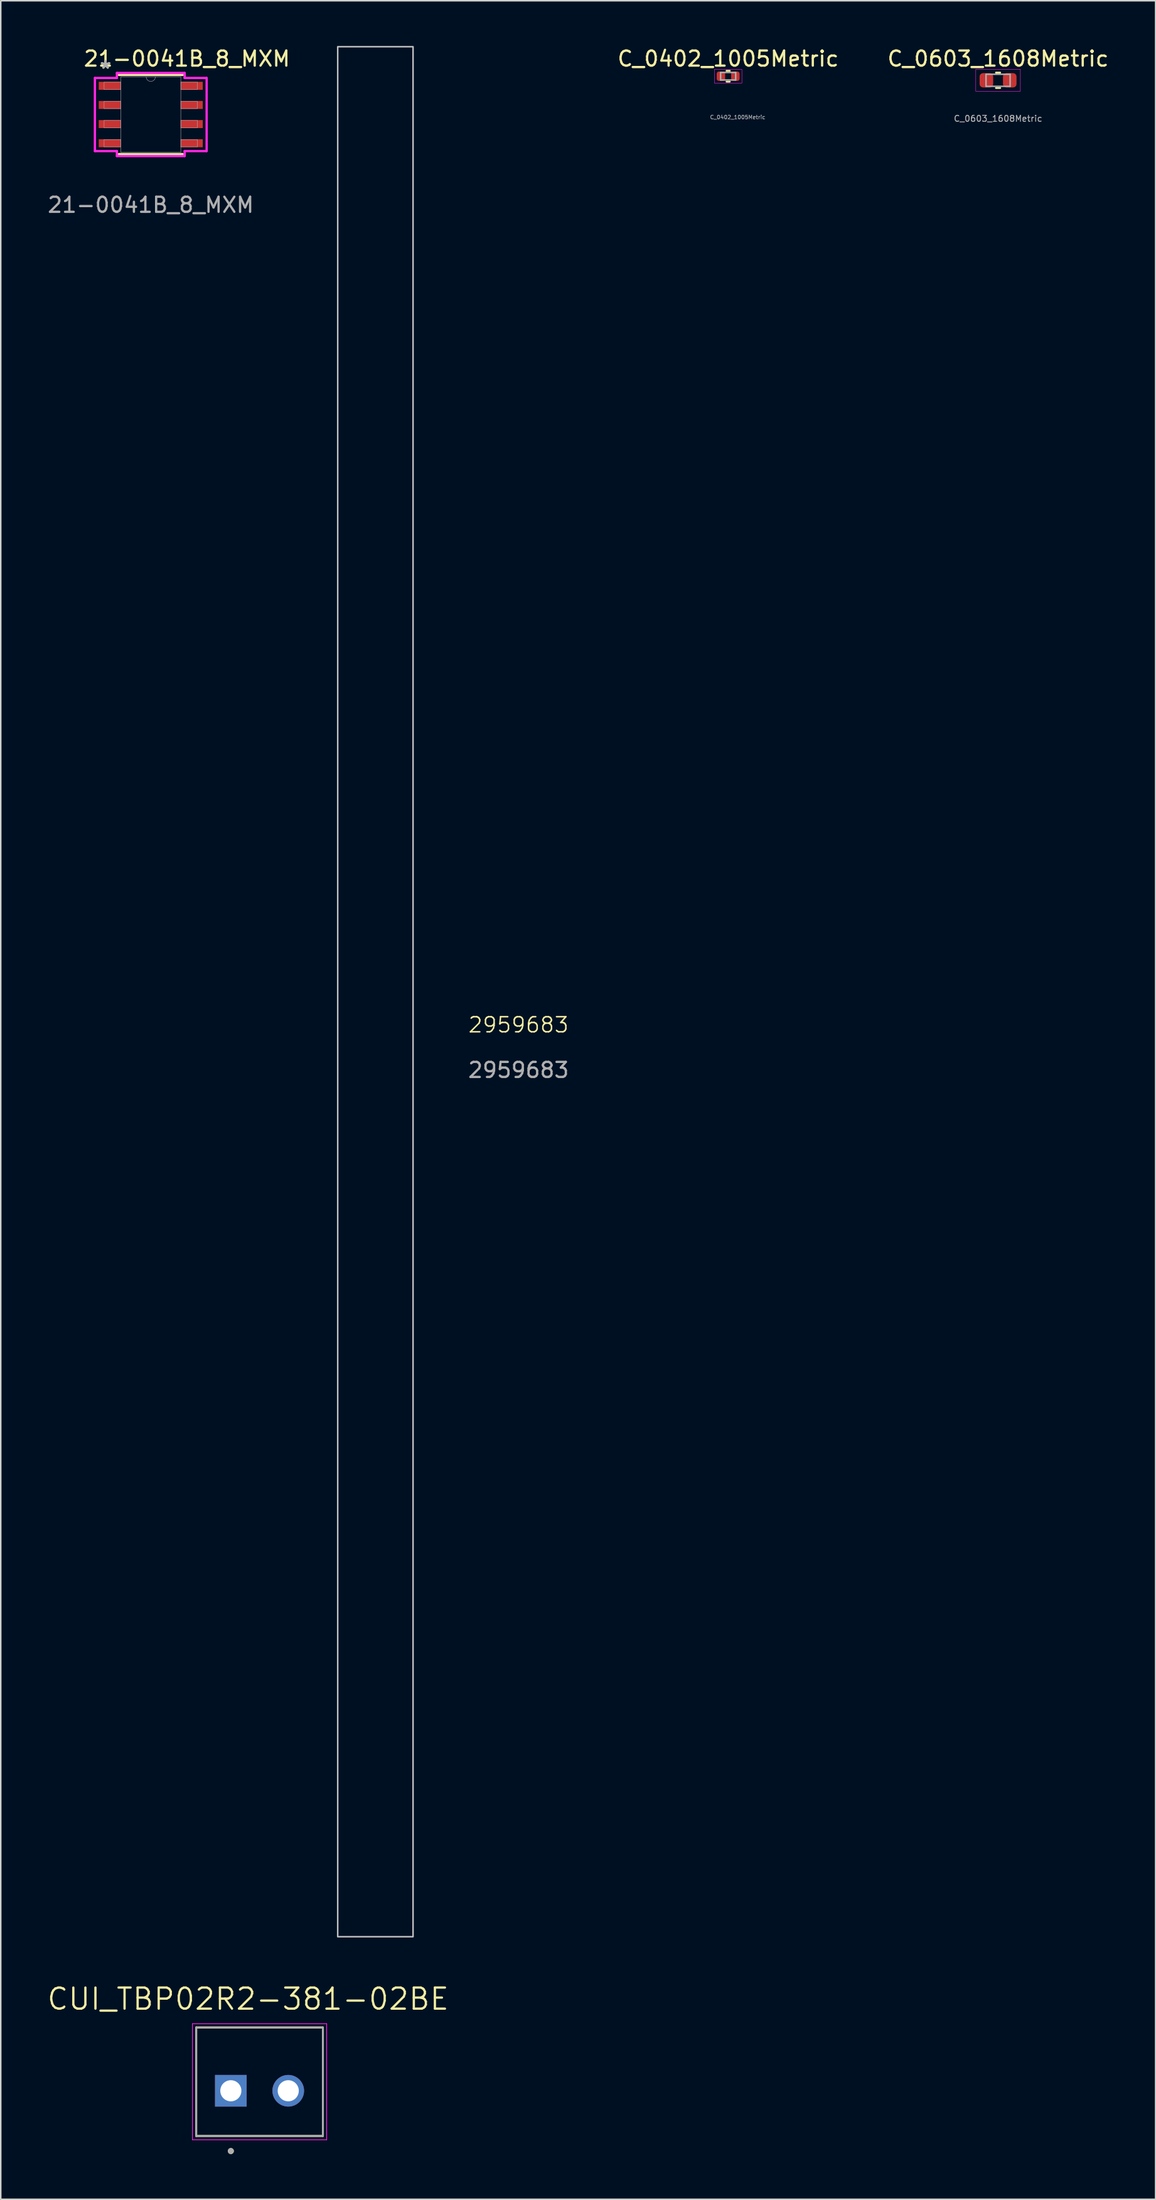
<source format=kicad_pcb>
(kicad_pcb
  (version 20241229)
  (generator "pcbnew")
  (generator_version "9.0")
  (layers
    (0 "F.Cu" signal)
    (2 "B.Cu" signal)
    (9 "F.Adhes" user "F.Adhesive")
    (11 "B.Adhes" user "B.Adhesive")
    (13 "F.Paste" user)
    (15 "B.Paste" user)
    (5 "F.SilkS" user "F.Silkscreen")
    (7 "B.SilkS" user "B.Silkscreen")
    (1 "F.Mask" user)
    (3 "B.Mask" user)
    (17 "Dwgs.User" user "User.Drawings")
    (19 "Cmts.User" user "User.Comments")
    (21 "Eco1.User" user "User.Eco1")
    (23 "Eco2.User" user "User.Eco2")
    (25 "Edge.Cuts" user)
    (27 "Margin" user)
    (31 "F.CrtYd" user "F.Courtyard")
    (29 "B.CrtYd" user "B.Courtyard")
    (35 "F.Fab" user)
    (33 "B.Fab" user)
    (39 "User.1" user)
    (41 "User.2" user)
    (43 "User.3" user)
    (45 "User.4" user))
  (footprint "2959683"
    (layer "F.Cu")
    (at 21.367 62.75)
    (property "Reference" "2959683" (at 10 2.2 0) (unlocked yes) (layer "F.SilkS") (effects (font (size 1 1) (thickness 0.1))))
    (fp_rect (start -2 -62.7) (end 3 62.7) (stroke (width 0.1) (type default)) (fill no) (layer "Dwgs.User"))
    (fp_text user "${REFERENCE}" (at 10 5.2 0) (unlocked yes) (layer "F.Fab") (effects (font (size 1 1) (thickness 0.15)))))
  (footprint "C_0402_1005Metric"
    (layer "F.Cu")
    (at 45.283 2.008)
    (property "Reference" "C_0402_1005Metric" (at 0 -1.16 0) (layer "F.SilkS") (effects (font (size 1 1) (thickness 0.15))))
    (attr smd)
    (fp_line (start -0.108 -0.36) (end 0.108 -0.36) (stroke (width 0.12) (type solid)) (layer "F.SilkS"))
    (fp_line (start -0.108 0.36) (end 0.108 0.36) (stroke (width 0.12) (type solid)) (layer "F.SilkS"))
    (fp_rect (start -0.914 -0.457) (end 0.914 0.457) (stroke (width 0.025) (type solid)) (fill no) (layer "F.CrtYd"))
    (fp_line (start -0.5 -0.25) (end 0.5 -0.25) (stroke (width 0.1) (type solid)) (layer "F.Fab"))
    (fp_line (start -0.5 0.25) (end -0.5 -0.25) (stroke (width 0.1) (type solid)) (layer "F.Fab"))
    (fp_line (start 0.5 -0.25) (end 0.5 0.25) (stroke (width 0.1) (type solid)) (layer "F.Fab"))
    (fp_line (start 0.5 0.25) (end -0.5 0.25) (stroke (width 0.1) (type solid)) (layer "F.Fab"))
    (fp_text user "${REFERENCE}" (at 0.635 2.718 0) (layer "F.Fab") (effects (font (size 0.25 0.25) (thickness 0.04))))
    (pad "1" smd roundrect (at -0.48 0) (size 0.56 0.62) (layers "F.Cu" "F.Mask" "F.Paste") (roundrect_rratio 0.25))
    (pad "2" smd roundrect (at 0.48 0) (size 0.56 0.62) (layers "F.Cu" "F.Mask" "F.Paste") (roundrect_rratio 0.25)))
  (footprint "CUI_TBP02R2-381-02BE"
    (layer "F.Cu")
    (at 12.273 135.671)
    (property "Reference" "CUI_TBP02R2-381-02BE" (at 1.145 -6.089 0) (layer "F.SilkS") (effects (font (size 1.4 1.4) (thickness 0.15))))
    (attr through_hole)
    (fp_line (start -2.3 -4.2) (end 6.11 -4.2) (stroke (width 0.127) (type solid)) (layer "F.SilkS"))
    (fp_line (start -2.3 3) (end -2.3 -4.2) (stroke (width 0.127) (type solid)) (layer "F.SilkS"))
    (fp_line (start 6.11 -4.2) (end 6.11 3) (stroke (width 0.127) (type solid)) (layer "F.SilkS"))
    (fp_line (start 6.11 3) (end -2.3 3) (stroke (width 0.127) (type solid)) (layer "F.SilkS"))
    (fp_circle (center 0 4) (end 0.1 4) (stroke (width 0.2) (type solid)) (fill no) (layer "F.SilkS"))
    (fp_line (start -2.55 -4.45) (end 6.36 -4.45) (stroke (width 0.05) (type solid)) (layer "F.CrtYd"))
    (fp_line (start -2.55 3.25) (end -2.55 -4.45) (stroke (width 0.05) (type solid)) (layer "F.CrtYd"))
    (fp_line (start 6.36 -4.45) (end 6.36 3.25) (stroke (width 0.05) (type solid)) (layer "F.CrtYd"))
    (fp_line (start 6.36 3.25) (end -2.55 3.25) (stroke (width 0.05) (type solid)) (layer "F.CrtYd"))
    (fp_line (start -2.3 -4.2) (end 6.11 -4.2) (stroke (width 0.127) (type solid)) (layer "F.Fab"))
    (fp_line (start -2.3 3) (end -2.3 -4.2) (stroke (width 0.127) (type solid)) (layer "F.Fab"))
    (fp_line (start 6.11 -4.2) (end 6.11 3) (stroke (width 0.127) (type solid)) (layer "F.Fab"))
    (fp_line (start 6.11 3) (end -2.3 3) (stroke (width 0.127) (type solid)) (layer "F.Fab"))
    (fp_circle (center 0 4) (end 0.1 4) (stroke (width 0.2) (type solid)) (fill no) (layer "F.Fab"))
    (pad "1" thru_hole rect (at 0 0) (size 2.1 2.1) (drill 1.4) (layers "*.Cu" "*.Mask"))
    (pad "2" thru_hole circle (at 3.81 0) (size 2.1 2.1) (drill 1.4) (layers "*.Cu" "*.Mask")))
  (footprint "C_0603_1608Metric"
    (layer "F.Cu")
    (at 63.2 2.278)
    (property "Reference" "C_0603_1608Metric" (at 0 -1.43 0) (layer "F.SilkS") (effects (font (size 1 1) (thickness 0.15))))
    (attr smd)
    (fp_line (start -0.141 -0.51) (end 0.141 -0.51) (stroke (width 0.12) (type solid)) (layer "F.SilkS"))
    (fp_line (start -0.141 0.51) (end 0.141 0.51) (stroke (width 0.12) (type solid)) (layer "F.SilkS"))
    (fp_poly (pts (xy 1.48 -0.73) (xy 1.48 0.73) (xy -1.48 0.73) (xy -1.48 -0.73)) (stroke (width 0.025) (type solid)) (fill no) (layer "F.CrtYd"))
    (fp_line (start -0.8 -0.4) (end 0.8 -0.4) (stroke (width 0.1) (type solid)) (layer "F.Fab"))
    (fp_line (start -0.8 0.4) (end -0.8 -0.4) (stroke (width 0.1) (type solid)) (layer "F.Fab"))
    (fp_line (start 0.8 -0.4) (end 0.8 0.4) (stroke (width 0.1) (type solid)) (layer "F.Fab"))
    (fp_line (start 0.8 0.4) (end -0.8 0.4) (stroke (width 0.1) (type solid)) (layer "F.Fab"))
    (fp_text user "${REFERENCE}" (at 0 2.54 0) (layer "F.Fab") (effects (font (size 0.4 0.4) (thickness 0.06))))
    (pad "1" smd roundrect (at -0.775 0) (size 0.9 0.95) (layers "F.Cu" "F.Mask" "F.Paste") (roundrect_rratio 0.25))
    (pad "2" smd roundrect (at 0.775 0) (size 0.9 0.95) (layers "F.Cu" "F.Mask" "F.Paste") (roundrect_rratio 0.25)))
  (footprint "21-0041B_8_MXM"
    (layer "F.Cu")
    (at 6.958 4.548)
    (property "Reference" "21-0041B_8_MXM" (at 2.4 -3.7 0) (unlocked yes) (layer "F.SilkS") (effects (font (size 1 1) (thickness 0.15))))
    (attr smd)
    (fp_line (start -2.121 2.629) (end 2.121 2.629) (stroke (width 0.152) (type solid)) (layer "F.SilkS"))
    (fp_line (start 2.121 -2.629) (end -2.121 -2.629) (stroke (width 0.152) (type solid)) (layer "F.SilkS"))
    (fp_line (start -3.708 -2.426) (end -2.248 -2.426) (stroke (width 0.152) (type solid)) (layer "F.CrtYd"))
    (fp_line (start -3.708 2.426) (end -3.708 -2.426) (stroke (width 0.152) (type solid)) (layer "F.CrtYd"))
    (fp_line (start -3.708 2.426) (end -2.248 2.426) (stroke (width 0.152) (type solid)) (layer "F.CrtYd"))
    (fp_line (start -2.248 -2.756) (end 2.248 -2.756) (stroke (width 0.152) (type solid)) (layer "F.CrtYd"))
    (fp_line (start -2.248 -2.426) (end -2.248 -2.756) (stroke (width 0.152) (type solid)) (layer "F.CrtYd"))
    (fp_line (start -2.248 2.756) (end -2.248 2.426) (stroke (width 0.152) (type solid)) (layer "F.CrtYd"))
    (fp_line (start 2.248 -2.756) (end 2.248 -2.426) (stroke (width 0.152) (type solid)) (layer "F.CrtYd"))
    (fp_line (start 2.248 2.426) (end 2.248 2.756) (stroke (width 0.152) (type solid)) (layer "F.CrtYd"))
    (fp_line (start 2.248 2.756) (end -2.248 2.756) (stroke (width 0.152) (type solid)) (layer "F.CrtYd"))
    (fp_line (start 3.708 -2.426) (end 2.248 -2.426) (stroke (width 0.152) (type solid)) (layer "F.CrtYd"))
    (fp_line (start 3.708 -2.426) (end 3.708 2.426) (stroke (width 0.152) (type solid)) (layer "F.CrtYd"))
    (fp_line (start 3.708 2.426) (end 2.248 2.426) (stroke (width 0.152) (type solid)) (layer "F.CrtYd"))
    (fp_line (start -3.099 -2.146) (end -3.099 -1.664) (stroke (width 0.025) (type solid)) (layer "F.Fab"))
    (fp_line (start -3.099 -1.664) (end -1.994 -1.664) (stroke (width 0.025) (type solid)) (layer "F.Fab"))
    (fp_line (start -3.099 -0.876) (end -3.099 -0.394) (stroke (width 0.025) (type solid)) (layer "F.Fab"))
    (fp_line (start -3.099 -0.394) (end -1.994 -0.394) (stroke (width 0.025) (type solid)) (layer "F.Fab"))
    (fp_line (start -3.099 0.394) (end -3.099 0.876) (stroke (width 0.025) (type solid)) (layer "F.Fab"))
    (fp_line (start -3.099 0.876) (end -1.994 0.876) (stroke (width 0.025) (type solid)) (layer "F.Fab"))
    (fp_line (start -3.099 1.664) (end -3.099 2.146) (stroke (width 0.025) (type solid)) (layer "F.Fab"))
    (fp_line (start -3.099 2.146) (end -1.994 2.146) (stroke (width 0.025) (type solid)) (layer "F.Fab"))
    (fp_line (start -1.994 -2.502) (end -1.994 2.502) (stroke (width 0.025) (type solid)) (layer "F.Fab"))
    (fp_line (start -1.994 -2.146) (end -3.099 -2.146) (stroke (width 0.025) (type solid)) (layer "F.Fab"))
    (fp_line (start -1.994 -1.664) (end -1.994 -2.146) (stroke (width 0.025) (type solid)) (layer "F.Fab"))
    (fp_line (start -1.994 -0.876) (end -3.099 -0.876) (stroke (width 0.025) (type solid)) (layer "F.Fab"))
    (fp_line (start -1.994 -0.394) (end -1.994 -0.876) (stroke (width 0.025) (type solid)) (layer "F.Fab"))
    (fp_line (start -1.994 0.394) (end -3.099 0.394) (stroke (width 0.025) (type solid)) (layer "F.Fab"))
    (fp_line (start -1.994 0.876) (end -1.994 0.394) (stroke (width 0.025) (type solid)) (layer "F.Fab"))
    (fp_line (start -1.994 1.664) (end -3.099 1.664) (stroke (width 0.025) (type solid)) (layer "F.Fab"))
    (fp_line (start -1.994 2.146) (end -1.994 1.664) (stroke (width 0.025) (type solid)) (layer "F.Fab"))
    (fp_line (start -1.994 2.502) (end 1.994 2.502) (stroke (width 0.025) (type solid)) (layer "F.Fab"))
    (fp_line (start 1.994 -2.502) (end -1.994 -2.502) (stroke (width 0.025) (type solid)) (layer "F.Fab"))
    (fp_line (start 1.994 -2.146) (end 1.994 -1.664) (stroke (width 0.025) (type solid)) (layer "F.Fab"))
    (fp_line (start 1.994 -1.664) (end 3.099 -1.664) (stroke (width 0.025) (type solid)) (layer "F.Fab"))
    (fp_line (start 1.994 -0.876) (end 1.994 -0.394) (stroke (width 0.025) (type solid)) (layer "F.Fab"))
    (fp_line (start 1.994 -0.394) (end 3.099 -0.394) (stroke (width 0.025) (type solid)) (layer "F.Fab"))
    (fp_line (start 1.994 0.394) (end 1.994 0.876) (stroke (width 0.025) (type solid)) (layer "F.Fab"))
    (fp_line (start 1.994 0.876) (end 3.099 0.876) (stroke (width 0.025) (type solid)) (layer "F.Fab"))
    (fp_line (start 1.994 1.664) (end 1.994 2.146) (stroke (width 0.025) (type solid)) (layer "F.Fab"))
    (fp_line (start 1.994 2.146) (end 3.099 2.146) (stroke (width 0.025) (type solid)) (layer "F.Fab"))
    (fp_line (start 1.994 2.502) (end 1.994 -2.502) (stroke (width 0.025) (type solid)) (layer "F.Fab"))
    (fp_line (start 3.099 -2.146) (end 1.994 -2.146) (stroke (width 0.025) (type solid)) (layer "F.Fab"))
    (fp_line (start 3.099 -1.664) (end 3.099 -2.146) (stroke (width 0.025) (type solid)) (layer "F.Fab"))
    (fp_line (start 3.099 -0.876) (end 1.994 -0.876) (stroke (width 0.025) (type solid)) (layer "F.Fab"))
    (fp_line (start 3.099 -0.394) (end 3.099 -0.876) (stroke (width 0.025) (type solid)) (layer "F.Fab"))
    (fp_line (start 3.099 0.394) (end 1.994 0.394) (stroke (width 0.025) (type solid)) (layer "F.Fab"))
    (fp_line (start 3.099 0.876) (end 3.099 0.394) (stroke (width 0.025) (type solid)) (layer "F.Fab"))
    (fp_line (start 3.099 1.664) (end 1.994 1.664) (stroke (width 0.025) (type solid)) (layer "F.Fab"))
    (fp_line (start 3.099 2.146) (end 3.099 1.664) (stroke (width 0.025) (type solid)) (layer "F.Fab"))
    (fp_arc (start 0.3048 -2.5019) (mid 0 -2.1971) (end -0.3048 -2.5019) (stroke (width 0.0254) (type solid)) (layer "F.Fab"))
    (fp_text user "*" (at -3 -3 0) (unlocked yes) (layer "F.SilkS") (effects (font (size 1 1) (thickness 0.15))))
    (fp_text user "${REFERENCE}" (at 0 6 0) (unlocked yes) (layer "F.Fab") (effects (font (size 1 1) (thickness 0.15))))
    (fp_text user "*" (at -3 -3 0) (layer "F.Fab") (effects (font (size 1 1) (thickness 0.15))))
    (pad "1" smd rect (at -2.724 -1.905) (size 1.46 0.533) (layers "F.Cu" "F.Mask" "F.Paste"))
    (pad "2" smd rect (at -2.724 -0.635) (size 1.46 0.533) (layers "F.Cu" "F.Mask" "F.Paste"))
    (pad "3" smd rect (at -2.724 0.635) (size 1.46 0.533) (layers "F.Cu" "F.Mask" "F.Paste"))
    (pad "4" smd rect (at -2.724 1.905) (size 1.46 0.533) (layers "F.Cu" "F.Mask" "F.Paste"))
    (pad "5" smd rect (at 2.724 1.905) (size 1.46 0.533) (layers "F.Cu" "F.Mask" "F.Paste"))
    (pad "6" smd rect (at 2.724 0.635) (size 1.46 0.533) (layers "F.Cu" "F.Mask" "F.Paste"))
    (pad "7" smd rect (at 2.724 -0.635) (size 1.46 0.533) (layers "F.Cu" "F.Mask" "F.Paste"))
    (pad "8" smd rect (at 2.724 -1.905) (size 1.46 0.533) (layers "F.Cu" "F.Mask" "F.Paste")))
  (gr_rect
    (start -3 -3)
    (end 73.658 142.871)
    (stroke (width 0.1) (type default))
    (fill no)
    (layer "Edge.Cuts")))
</source>
